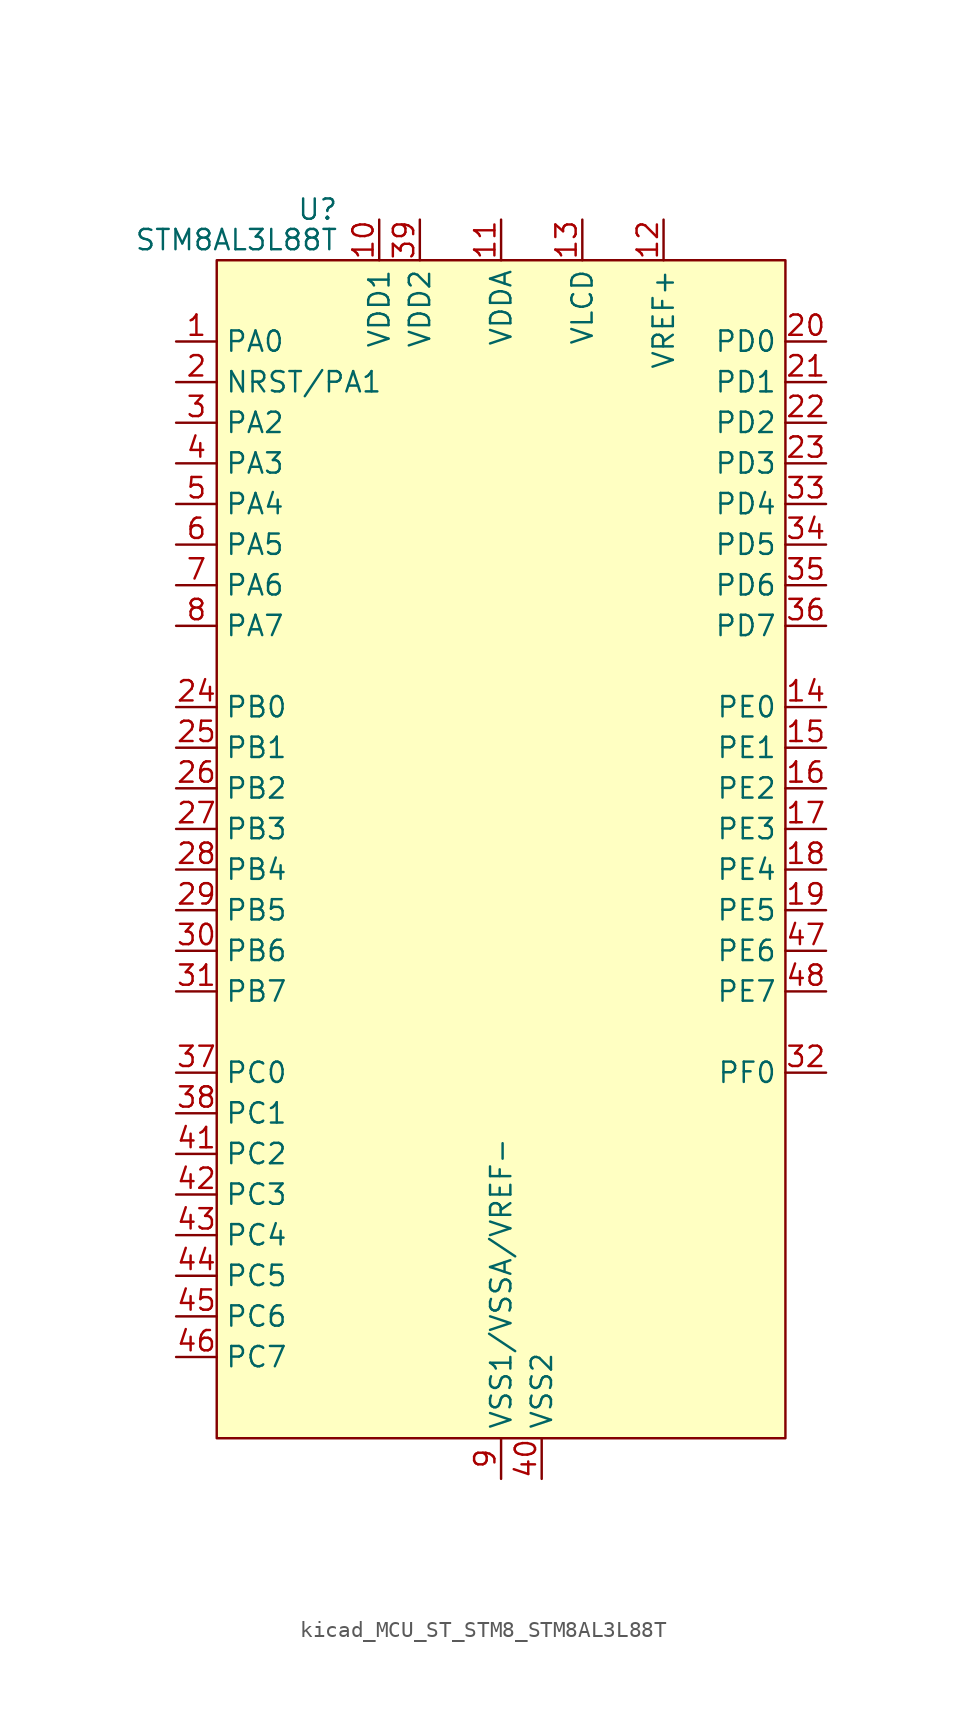
<source format=kicad_sym>
(kicad_symbol_lib
  (version 20220914)
  (generator kicad_symbol_editor)
  (symbol "kicad_MCU_ST_STM8_STM8AL3L88T"
    (property "Reference" "U"
      (at -10.16 38.735 0)
      (effects (font (size 1.27 1.27)) (justify right)))
    (property "Value" "STM8AL3L88T"
      (at -10.16 36.83 0)
      (effects (font (size 1.27 1.27)) (justify right)))
    (symbol "kicad_MCU_ST_STM8_STM8AL3L88T_0_0"
      (pin bidirectional line (at -20.32 30.48 0) (length 2.54) (name "PA0" (effects (font (size 1.27 1.27)))) (number "1" (effects (font (size 1.27 1.27)))))
      (pin power_in line (at -7.62 38.1 270) (length 2.54) (name "VDD1" (effects (font (size 1.27 1.27)))) (number "10" (effects (font (size 1.27 1.27)))))
      (pin power_in line (at 0 38.1 270) (length 2.54) (name "VDDA" (effects (font (size 1.27 1.27)))) (number "11" (effects (font (size 1.27 1.27)))))
      (pin power_in line (at 10.16 38.1 270) (length 2.54) (name "VREF+" (effects (font (size 1.27 1.27)))) (number "12" (effects (font (size 1.27 1.27)))))
      (pin power_in line (at 5.08 38.1 270) (length 2.54) (name "VLCD" (effects (font (size 1.27 1.27)))) (number "13" (effects (font (size 1.27 1.27)))))
      (pin bidirectional line (at 20.32 7.62 180) (length 2.54) (name "PE0" (effects (font (size 1.27 1.27)))) (number "14" (effects (font (size 1.27 1.27)))))
      (pin bidirectional line (at 20.32 5.08 180) (length 2.54) (name "PE1" (effects (font (size 1.27 1.27)))) (number "15" (effects (font (size 1.27 1.27)))))
      (pin bidirectional line (at 20.32 2.54 180) (length 2.54) (name "PE2" (effects (font (size 1.27 1.27)))) (number "16" (effects (font (size 1.27 1.27)))))
      (pin bidirectional line (at 20.32 0 180) (length 2.54) (name "PE3" (effects (font (size 1.27 1.27)))) (number "17" (effects (font (size 1.27 1.27)))))
      (pin bidirectional line (at 20.32 -2.54 180) (length 2.54) (name "PE4" (effects (font (size 1.27 1.27)))) (number "18" (effects (font (size 1.27 1.27)))))
      (pin bidirectional line (at 20.32 -5.08 180) (length 2.54) (name "PE5" (effects (font (size 1.27 1.27)))) (number "19" (effects (font (size 1.27 1.27)))))
      (pin bidirectional line (at -20.32 27.94 0) (length 2.54) (name "NRST/PA1" (effects (font (size 1.27 1.27)))) (number "2" (effects (font (size 1.27 1.27)))))
      (pin bidirectional line (at 20.32 30.48 180) (length 2.54) (name "PD0" (effects (font (size 1.27 1.27)))) (number "20" (effects (font (size 1.27 1.27)))))
      (pin bidirectional line (at 20.32 27.94 180) (length 2.54) (name "PD1" (effects (font (size 1.27 1.27)))) (number "21" (effects (font (size 1.27 1.27)))))
      (pin bidirectional line (at 20.32 25.4 180) (length 2.54) (name "PD2" (effects (font (size 1.27 1.27)))) (number "22" (effects (font (size 1.27 1.27)))))
      (pin bidirectional line (at 20.32 22.86 180) (length 2.54) (name "PD3" (effects (font (size 1.27 1.27)))) (number "23" (effects (font (size 1.27 1.27)))))
      (pin bidirectional line (at -20.32 7.62 0) (length 2.54) (name "PB0" (effects (font (size 1.27 1.27)))) (number "24" (effects (font (size 1.27 1.27)))))
      (pin bidirectional line (at -20.32 5.08 0) (length 2.54) (name "PB1" (effects (font (size 1.27 1.27)))) (number "25" (effects (font (size 1.27 1.27)))))
      (pin bidirectional line (at -20.32 2.54 0) (length 2.54) (name "PB2" (effects (font (size 1.27 1.27)))) (number "26" (effects (font (size 1.27 1.27)))))
      (pin bidirectional line (at -20.32 0 0) (length 2.54) (name "PB3" (effects (font (size 1.27 1.27)))) (number "27" (effects (font (size 1.27 1.27)))))
      (pin bidirectional line (at -20.32 -2.54 0) (length 2.54) (name "PB4" (effects (font (size 1.27 1.27)))) (number "28" (effects (font (size 1.27 1.27)))))
      (pin bidirectional line (at -20.32 -5.08 0) (length 2.54) (name "PB5" (effects (font (size 1.27 1.27)))) (number "29" (effects (font (size 1.27 1.27)))))
      (pin bidirectional line (at -20.32 25.4 0) (length 2.54) (name "PA2" (effects (font (size 1.27 1.27)))) (number "3" (effects (font (size 1.27 1.27)))))
      (pin bidirectional line (at -20.32 -7.62 0) (length 2.54) (name "PB6" (effects (font (size 1.27 1.27)))) (number "30" (effects (font (size 1.27 1.27)))))
      (pin bidirectional line (at -20.32 -10.16 0) (length 2.54) (name "PB7" (effects (font (size 1.27 1.27)))) (number "31" (effects (font (size 1.27 1.27)))))
      (pin bidirectional line (at 20.32 -15.24 180) (length 2.54) (name "PF0" (effects (font (size 1.27 1.27)))) (number "32" (effects (font (size 1.27 1.27)))))
      (pin bidirectional line (at 20.32 20.32 180) (length 2.54) (name "PD4" (effects (font (size 1.27 1.27)))) (number "33" (effects (font (size 1.27 1.27)))))
      (pin bidirectional line (at 20.32 17.78 180) (length 2.54) (name "PD5" (effects (font (size 1.27 1.27)))) (number "34" (effects (font (size 1.27 1.27)))))
      (pin bidirectional line (at 20.32 15.24 180) (length 2.54) (name "PD6" (effects (font (size 1.27 1.27)))) (number "35" (effects (font (size 1.27 1.27)))))
      (pin bidirectional line (at 20.32 12.7 180) (length 2.54) (name "PD7" (effects (font (size 1.27 1.27)))) (number "36" (effects (font (size 1.27 1.27)))))
      (pin bidirectional line (at -20.32 -15.24 0) (length 2.54) (name "PC0" (effects (font (size 1.27 1.27)))) (number "37" (effects (font (size 1.27 1.27)))))
      (pin bidirectional line (at -20.32 -17.78 0) (length 2.54) (name "PC1" (effects (font (size 1.27 1.27)))) (number "38" (effects (font (size 1.27 1.27)))))
      (pin power_in line (at -5.08 38.1 270) (length 2.54) (name "VDD2" (effects (font (size 1.27 1.27)))) (number "39" (effects (font (size 1.27 1.27)))))
      (pin bidirectional line (at -20.32 22.86 0) (length 2.54) (name "PA3" (effects (font (size 1.27 1.27)))) (number "4" (effects (font (size 1.27 1.27)))))
      (pin power_in line (at 2.54 -40.64 90) (length 2.54) (name "VSS2" (effects (font (size 1.27 1.27)))) (number "40" (effects (font (size 1.27 1.27)))))
      (pin bidirectional line (at -20.32 -20.32 0) (length 2.54) (name "PC2" (effects (font (size 1.27 1.27)))) (number "41" (effects (font (size 1.27 1.27)))))
      (pin bidirectional line (at -20.32 -22.86 0) (length 2.54) (name "PC3" (effects (font (size 1.27 1.27)))) (number "42" (effects (font (size 1.27 1.27)))))
      (pin bidirectional line (at -20.32 -25.4 0) (length 2.54) (name "PC4" (effects (font (size 1.27 1.27)))) (number "43" (effects (font (size 1.27 1.27)))))
      (pin bidirectional line (at -20.32 -27.94 0) (length 2.54) (name "PC5" (effects (font (size 1.27 1.27)))) (number "44" (effects (font (size 1.27 1.27)))))
      (pin bidirectional line (at -20.32 -30.48 0) (length 2.54) (name "PC6" (effects (font (size 1.27 1.27)))) (number "45" (effects (font (size 1.27 1.27)))))
      (pin bidirectional line (at -20.32 -33.02 0) (length 2.54) (name "PC7" (effects (font (size 1.27 1.27)))) (number "46" (effects (font (size 1.27 1.27)))))
      (pin bidirectional line (at 20.32 -7.62 180) (length 2.54) (name "PE6" (effects (font (size 1.27 1.27)))) (number "47" (effects (font (size 1.27 1.27)))))
      (pin bidirectional line (at 20.32 -10.16 180) (length 2.54) (name "PE7" (effects (font (size 1.27 1.27)))) (number "48" (effects (font (size 1.27 1.27)))))
      (pin bidirectional line (at -20.32 20.32 0) (length 2.54) (name "PA4" (effects (font (size 1.27 1.27)))) (number "5" (effects (font (size 1.27 1.27)))))
      (pin bidirectional line (at -20.32 17.78 0) (length 2.54) (name "PA5" (effects (font (size 1.27 1.27)))) (number "6" (effects (font (size 1.27 1.27)))))
      (pin bidirectional line (at -20.32 15.24 0) (length 2.54) (name "PA6" (effects (font (size 1.27 1.27)))) (number "7" (effects (font (size 1.27 1.27)))))
      (pin bidirectional line (at -20.32 12.7 0) (length 2.54) (name "PA7" (effects (font (size 1.27 1.27)))) (number "8" (effects (font (size 1.27 1.27)))))
      (pin power_in line (at 0 -40.64 90) (length 2.54) (name "VSS1/VSSA/VREF-" (effects (font (size 1.27 1.27)))) (number "9" (effects (font (size 1.27 1.27))))))
    (symbol "kicad_MCU_ST_STM8_STM8AL3L88T_0_1"
      (rectangle (start -17.78 35.56) (end 17.78 -38.1) (stroke (width 0) (type default)) (fill (type background))))))
</source>
